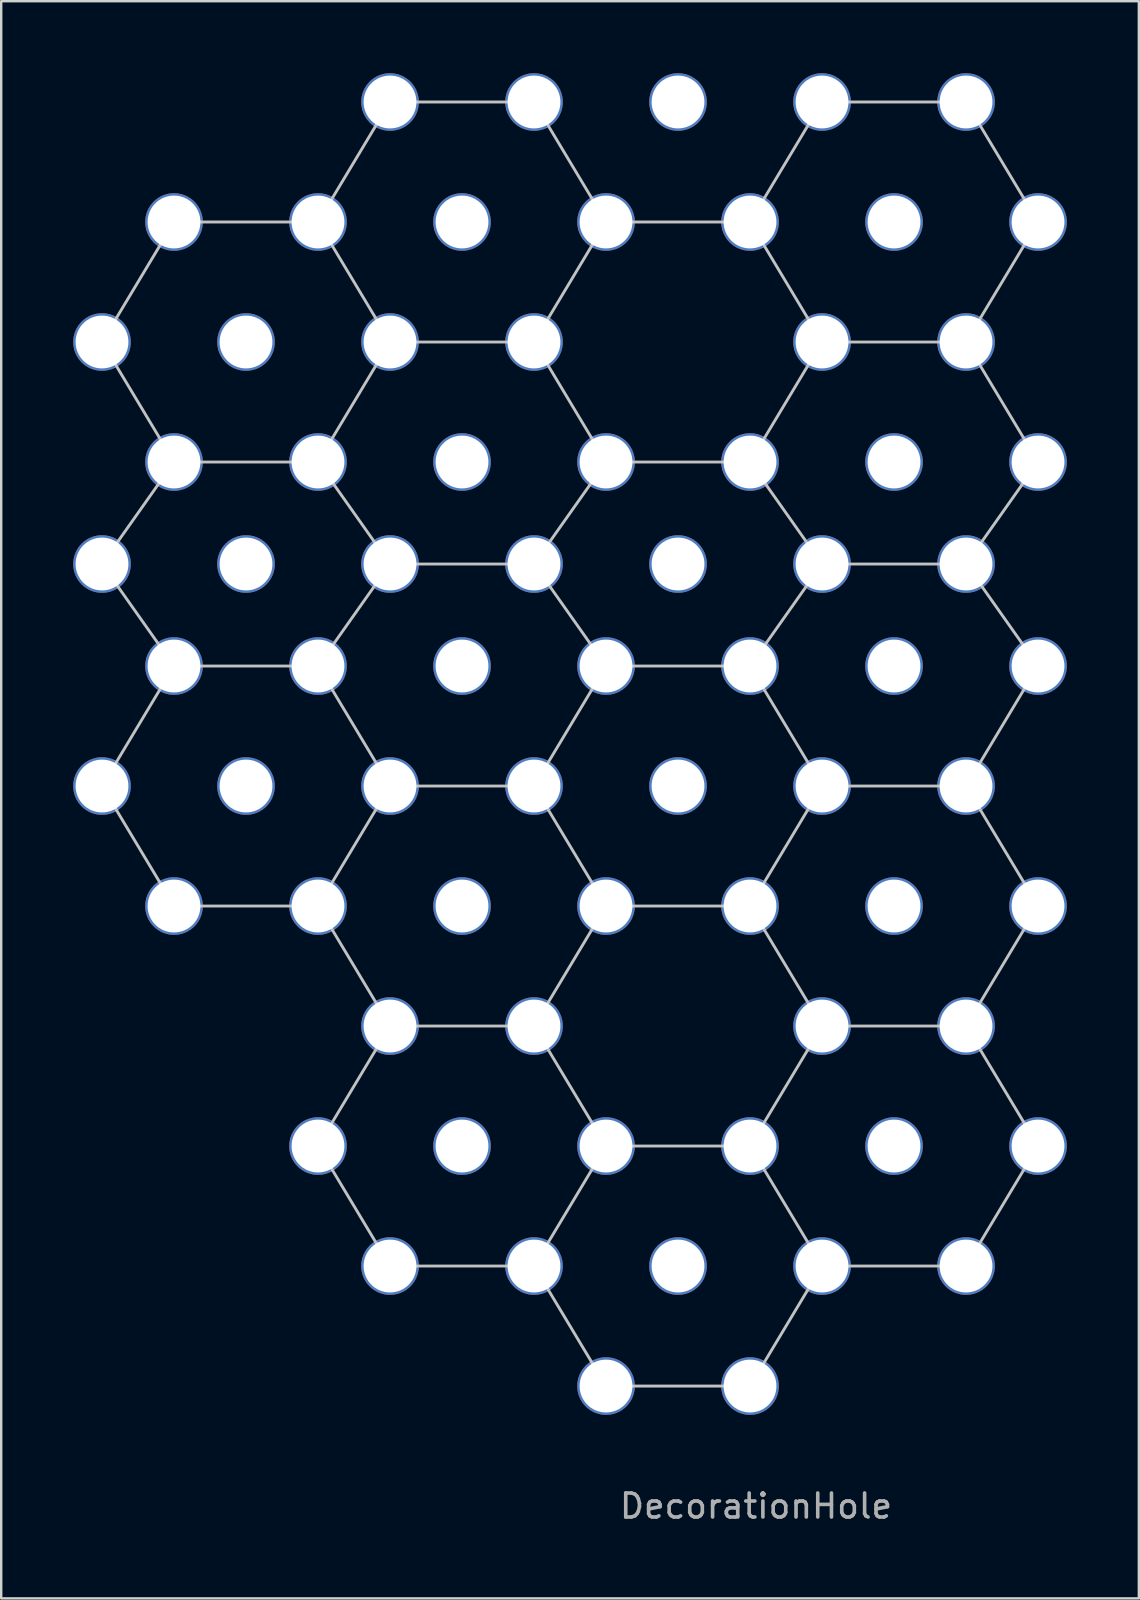
<source format=kicad_pcb>
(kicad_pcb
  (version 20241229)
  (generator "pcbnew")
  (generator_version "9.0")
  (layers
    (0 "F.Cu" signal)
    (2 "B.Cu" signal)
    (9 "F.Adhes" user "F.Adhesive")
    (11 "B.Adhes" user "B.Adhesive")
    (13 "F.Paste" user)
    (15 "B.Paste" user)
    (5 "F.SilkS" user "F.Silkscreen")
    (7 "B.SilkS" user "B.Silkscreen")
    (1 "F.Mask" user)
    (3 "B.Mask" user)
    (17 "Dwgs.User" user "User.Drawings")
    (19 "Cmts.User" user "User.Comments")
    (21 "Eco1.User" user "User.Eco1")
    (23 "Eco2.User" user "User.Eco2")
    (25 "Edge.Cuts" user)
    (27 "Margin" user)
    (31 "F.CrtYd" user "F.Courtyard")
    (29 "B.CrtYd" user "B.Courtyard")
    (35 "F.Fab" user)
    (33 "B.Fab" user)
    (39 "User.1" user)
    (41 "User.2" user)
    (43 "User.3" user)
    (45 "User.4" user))
  (footprint "DecorationHole"
    (layer "F.Cu")
    (at 25.2 24.7)
    (property "Reference" "DecorationHole" (at 3.25 35 0) (layer "F.Fab") (effects (font (size 1 1) (thickness 0.15))))
    (attr through_hole)
    (fp_line (start -24 -13.5) (end -21 -18.5) (stroke (width 0.12) (type solid)) (layer "Dwgs.User"))
    (fp_line (start -24 5) (end -21 0) (stroke (width 0.12) (type solid)) (layer "Dwgs.User"))
    (fp_line (start -21 -18.5) (end -15 -18.5) (stroke (width 0.12) (type solid)) (layer "Dwgs.User"))
    (fp_line (start -21 -8.5) (end -24 -13.5) (stroke (width 0.12) (type solid)) (layer "Dwgs.User"))
    (fp_line (start -21 -8.5) (end -24 -4.25) (stroke (width 0.12) (type solid)) (layer "Dwgs.User"))
    (fp_line (start -21 -8.5) (end -15 -8.5) (stroke (width 0.12) (type solid)) (layer "Dwgs.User"))
    (fp_line (start -21 0) (end -24 -4.25) (stroke (width 0.12) (type solid)) (layer "Dwgs.User"))
    (fp_line (start -21 10) (end -24 5) (stroke (width 0.12) (type solid)) (layer "Dwgs.User"))
    (fp_line (start -15 -18.5) (end -12 -23.5) (stroke (width 0.12) (type solid)) (layer "Dwgs.User"))
    (fp_line (start -15 -8.5) (end -12 -4.25) (stroke (width 0.12) (type solid)) (layer "Dwgs.User"))
    (fp_line (start -15 0) (end -21 0) (stroke (width 0.12) (type solid)) (layer "Dwgs.User"))
    (fp_line (start -15 0) (end -12 -4.25) (stroke (width 0.12) (type solid)) (layer "Dwgs.User"))
    (fp_line (start -15 10) (end -21 10) (stroke (width 0.12) (type solid)) (layer "Dwgs.User"))
    (fp_line (start -15 10) (end -12 5) (stroke (width 0.12) (type solid)) (layer "Dwgs.User"))
    (fp_line (start -15 20) (end -12 15) (stroke (width 0.12) (type solid)) (layer "Dwgs.User"))
    (fp_line (start -12 -23.5) (end -6 -23.5) (stroke (width 0.12) (type solid)) (layer "Dwgs.User"))
    (fp_line (start -12 -13.5) (end -15 -18.5) (stroke (width 0.12) (type solid)) (layer "Dwgs.User"))
    (fp_line (start -12 -13.5) (end -15 -8.5) (stroke (width 0.12) (type solid)) (layer "Dwgs.User"))
    (fp_line (start -12 -4.25) (end -6 -4.25) (stroke (width 0.12) (type solid)) (layer "Dwgs.User"))
    (fp_line (start -12 5) (end -15 0) (stroke (width 0.12) (type solid)) (layer "Dwgs.User"))
    (fp_line (start -12 15) (end -15 10) (stroke (width 0.12) (type solid)) (layer "Dwgs.User"))
    (fp_line (start -12 25) (end -15 20) (stroke (width 0.12) (type solid)) (layer "Dwgs.User"))
    (fp_line (start -6 -13.5) (end -12 -13.5) (stroke (width 0.12) (type solid)) (layer "Dwgs.User"))
    (fp_line (start -6 -13.5) (end -3 -18.5) (stroke (width 0.12) (type solid)) (layer "Dwgs.User"))
    (fp_line (start -6 5) (end -12 5) (stroke (width 0.12) (type solid)) (layer "Dwgs.User"))
    (fp_line (start -6 5) (end -3 0) (stroke (width 0.12) (type solid)) (layer "Dwgs.User"))
    (fp_line (start -6 15) (end -12 15) (stroke (width 0.12) (type solid)) (layer "Dwgs.User"))
    (fp_line (start -6 15) (end -3 10) (stroke (width 0.12) (type solid)) (layer "Dwgs.User"))
    (fp_line (start -6 25) (end -12 25) (stroke (width 0.12) (type solid)) (layer "Dwgs.User"))
    (fp_line (start -6 25) (end -3 20) (stroke (width 0.12) (type solid)) (layer "Dwgs.User"))
    (fp_line (start -3 -18.5) (end -6 -23.5) (stroke (width 0.12) (type solid)) (layer "Dwgs.User"))
    (fp_line (start -3 -18.5) (end 3 -18.5) (stroke (width 0.12) (type solid)) (layer "Dwgs.User"))
    (fp_line (start -3 -8.5) (end -6 -13.5) (stroke (width 0.12) (type solid)) (layer "Dwgs.User"))
    (fp_line (start -3 -8.5) (end -6 -4.25) (stroke (width 0.12) (type solid)) (layer "Dwgs.User"))
    (fp_line (start -3 -8.5) (end 3 -8.5) (stroke (width 0.12) (type solid)) (layer "Dwgs.User"))
    (fp_line (start -3 0) (end -6 -4.25) (stroke (width 0.12) (type solid)) (layer "Dwgs.User"))
    (fp_line (start -3 10) (end -6 5) (stroke (width 0.12) (type solid)) (layer "Dwgs.User"))
    (fp_line (start -3 20) (end -6 15) (stroke (width 0.12) (type solid)) (layer "Dwgs.User"))
    (fp_line (start -3 30) (end -6 25) (stroke (width 0.12) (type solid)) (layer "Dwgs.User"))
    (fp_line (start -3 30) (end 3 30) (stroke (width 0.12) (type solid)) (layer "Dwgs.User"))
    (fp_line (start 3 -18.5) (end 6 -13.5) (stroke (width 0.12) (type solid)) (layer "Dwgs.User"))
    (fp_line (start 3 -8.5) (end 6 -4.25) (stroke (width 0.12) (type solid)) (layer "Dwgs.User"))
    (fp_line (start 3 0) (end -3 0) (stroke (width 0.12) (type solid)) (layer "Dwgs.User"))
    (fp_line (start 3 0) (end 6 -4.25) (stroke (width 0.12) (type solid)) (layer "Dwgs.User"))
    (fp_line (start 3 0) (end 6 5) (stroke (width 0.12) (type solid)) (layer "Dwgs.User"))
    (fp_line (start 3 10) (end -3 10) (stroke (width 0.12) (type solid)) (layer "Dwgs.User"))
    (fp_line (start 3 10) (end 6 15) (stroke (width 0.12) (type solid)) (layer "Dwgs.User"))
    (fp_line (start 3 20) (end -3 20) (stroke (width 0.12) (type solid)) (layer "Dwgs.User"))
    (fp_line (start 3 20) (end 6 25) (stroke (width 0.12) (type solid)) (layer "Dwgs.User"))
    (fp_line (start 6 -23.5) (end 3 -18.5) (stroke (width 0.12) (type solid)) (layer "Dwgs.User"))
    (fp_line (start 6 -23.5) (end 12 -23.5) (stroke (width 0.12) (type solid)) (layer "Dwgs.User"))
    (fp_line (start 6 -13.5) (end 3 -8.5) (stroke (width 0.12) (type solid)) (layer "Dwgs.User"))
    (fp_line (start 6 -13.5) (end 12 -13.5) (stroke (width 0.12) (type solid)) (layer "Dwgs.User"))
    (fp_line (start 6 -4.25) (end 12 -4.25) (stroke (width 0.12) (type solid)) (layer "Dwgs.User"))
    (fp_line (start 6 5) (end 3 10) (stroke (width 0.12) (type solid)) (layer "Dwgs.User"))
    (fp_line (start 6 5) (end 12 5) (stroke (width 0.12) (type solid)) (layer "Dwgs.User"))
    (fp_line (start 6 15) (end 3 20) (stroke (width 0.12) (type solid)) (layer "Dwgs.User"))
    (fp_line (start 6 15) (end 12 15) (stroke (width 0.12) (type solid)) (layer "Dwgs.User"))
    (fp_line (start 6 25) (end 3 30) (stroke (width 0.12) (type solid)) (layer "Dwgs.User"))
    (fp_line (start 6 25) (end 12 25) (stroke (width 0.12) (type solid)) (layer "Dwgs.User"))
    (fp_line (start 12 -23.5) (end 15 -18.5) (stroke (width 0.12) (type solid)) (layer "Dwgs.User"))
    (fp_line (start 12 -13.5) (end 15 -8.5) (stroke (width 0.12) (type solid)) (layer "Dwgs.User"))
    (fp_line (start 12 5) (end 15 10) (stroke (width 0.12) (type solid)) (layer "Dwgs.User"))
    (fp_line (start 12 15) (end 15 20) (stroke (width 0.12) (type solid)) (layer "Dwgs.User"))
    (fp_line (start 15 -18.5) (end 12 -13.5) (stroke (width 0.12) (type solid)) (layer "Dwgs.User"))
    (fp_line (start 15 -8.5) (end 12 -4.25) (stroke (width 0.12) (type solid)) (layer "Dwgs.User"))
    (fp_line (start 15 0) (end 12 -4.25) (stroke (width 0.12) (type solid)) (layer "Dwgs.User"))
    (fp_line (start 15 0) (end 12 5) (stroke (width 0.12) (type solid)) (layer "Dwgs.User"))
    (fp_line (start 15 10) (end 12 15) (stroke (width 0.12) (type solid)) (layer "Dwgs.User"))
    (fp_line (start 15 20) (end 12 25) (stroke (width 0.12) (type solid)) (layer "Dwgs.User"))
    (pad "" np_thru_hole circle (at -24 -13.5 180) (size 2.4 2.4) (drill 2.2) (layers "*.Cu" "*.Mask"))
    (pad "" np_thru_hole circle (at -24 -4.25) (size 2.4 2.4) (drill 2.2) (layers "*.Cu" "*.Mask"))
    (pad "" np_thru_hole circle (at -24 5 180) (size 2.4 2.4) (drill 2.2) (layers "*.Cu" "*.Mask"))
    (pad "" np_thru_hole circle (at -21 -18.5) (size 2.4 2.4) (drill 2.2) (layers "*.Cu" "*.Mask"))
    (pad "" np_thru_hole circle (at -21 -8.5) (size 2.4 2.4) (drill 2.2) (layers "*.Cu" "*.Mask"))
    (pad "" np_thru_hole circle (at -21 0 180) (size 2.4 2.4) (drill 2.2) (layers "*.Cu" "*.Mask"))
    (pad "" np_thru_hole circle (at -21 10 180) (size 2.4 2.4) (drill 2.2) (layers "*.Cu" "*.Mask"))
    (pad "" np_thru_hole circle (at -18 -13.5) (size 2.4 2.4) (drill 2.2) (layers "*.Cu" "*.Mask"))
    (pad "" np_thru_hole circle (at -18 -4.25) (size 2.4 2.4) (drill 2.2) (layers "*.Cu" "*.Mask"))
    (pad "" np_thru_hole circle (at -18 5) (size 2.4 2.4) (drill 2.2) (layers "*.Cu" "*.Mask"))
    (pad "" np_thru_hole circle (at -15 -18.5 180) (size 2.4 2.4) (drill 2.2) (layers "*.Cu" "*.Mask"))
    (pad "" np_thru_hole circle (at -15 -8.5) (size 2.4 2.4) (drill 2.2) (layers "*.Cu" "*.Mask"))
    (pad "" np_thru_hole circle (at -15 0 180) (size 2.4 2.4) (drill 2.2) (layers "*.Cu" "*.Mask"))
    (pad "" np_thru_hole circle (at -15 10 180) (size 2.4 2.4) (drill 2.2) (layers "*.Cu" "*.Mask"))
    (pad "" np_thru_hole circle (at -15 20 180) (size 2.4 2.4) (drill 2.2) (layers "*.Cu" "*.Mask"))
    (pad "" np_thru_hole circle (at -12 -23.5) (size 2.4 2.4) (drill 2.2) (layers "*.Cu" "*.Mask"))
    (pad "" np_thru_hole circle (at -12 -13.5 180) (size 2.4 2.4) (drill 2.2) (layers "*.Cu" "*.Mask"))
    (pad "" np_thru_hole circle (at -12 -4.25 180) (size 2.4 2.4) (drill 2.2) (layers "*.Cu" "*.Mask"))
    (pad "" np_thru_hole circle (at -12 5 180) (size 2.4 2.4) (drill 2.2) (layers "*.Cu" "*.Mask"))
    (pad "" np_thru_hole circle (at -12 15 180) (size 2.4 2.4) (drill 2.2) (layers "*.Cu" "*.Mask"))
    (pad "" np_thru_hole circle (at -12 25 180) (size 2.4 2.4) (drill 2.2) (layers "*.Cu" "*.Mask"))
    (pad "" np_thru_hole circle (at -9 -18.5) (size 2.4 2.4) (drill 2.2) (layers "*.Cu" "*.Mask"))
    (pad "" np_thru_hole circle (at -9 -8.5) (size 2.4 2.4) (drill 2.2) (layers "*.Cu" "*.Mask"))
    (pad "" np_thru_hole circle (at -9 0) (size 2.4 2.4) (drill 2.2) (layers "*.Cu" "*.Mask"))
    (pad "" np_thru_hole circle (at -9 10) (size 2.4 2.4) (drill 2.2) (layers "*.Cu" "*.Mask"))
    (pad "" np_thru_hole circle (at -9 20) (size 2.4 2.4) (drill 2.2) (layers "*.Cu" "*.Mask"))
    (pad "" np_thru_hole circle (at -6 -23.5) (size 2.4 2.4) (drill 2.2) (layers "*.Cu" "*.Mask"))
    (pad "" np_thru_hole circle (at -6 -13.5) (size 2.4 2.4) (drill 2.2) (layers "*.Cu" "*.Mask"))
    (pad "" np_thru_hole circle (at -6 -4.25) (size 2.4 2.4) (drill 2.2) (layers "*.Cu" "*.Mask"))
    (pad "" np_thru_hole circle (at -6 5 180) (size 2.4 2.4) (drill 2.2) (layers "*.Cu" "*.Mask"))
    (pad "" np_thru_hole circle (at -6 15 180) (size 2.4 2.4) (drill 2.2) (layers "*.Cu" "*.Mask"))
    (pad "" np_thru_hole circle (at -6 25) (size 2.4 2.4) (drill 2.2) (layers "*.Cu" "*.Mask"))
    (pad "" np_thru_hole circle (at -3 -18.5) (size 2.4 2.4) (drill 2.2) (layers "*.Cu" "*.Mask"))
    (pad "" np_thru_hole circle (at -3 -8.5) (size 2.4 2.4) (drill 2.2) (layers "*.Cu" "*.Mask"))
    (pad "" np_thru_hole circle (at -3 0 180) (size 2.4 2.4) (drill 2.2) (layers "*.Cu" "*.Mask"))
    (pad "" np_thru_hole circle (at -3 10 180) (size 2.4 2.4) (drill 2.2) (layers "*.Cu" "*.Mask"))
    (pad "" np_thru_hole circle (at -3 20 180) (size 2.4 2.4) (drill 2.2) (layers "*.Cu" "*.Mask"))
    (pad "" np_thru_hole circle (at -3 30) (size 2.4 2.4) (drill 2.2) (layers "*.Cu" "*.Mask"))
    (pad "" np_thru_hole circle (at 0 -23.5) (size 2.4 2.4) (drill 2.2) (layers "*.Cu" "*.Mask"))
    (pad "" np_thru_hole circle (at 0 -4.25) (size 2.4 2.4) (drill 2.2) (layers "*.Cu" "*.Mask"))
    (pad "" np_thru_hole circle (at 0 5) (size 2.4 2.4) (drill 2.2) (layers "*.Cu" "*.Mask"))
    (pad "" np_thru_hole circle (at 0 25) (size 2.4 2.4) (drill 2.2) (layers "*.Cu" "*.Mask"))
    (pad "" np_thru_hole circle (at 3 -18.5) (size 2.4 2.4) (drill 2.2) (layers "*.Cu" "*.Mask"))
    (pad "" np_thru_hole circle (at 3 -8.5) (size 2.4 2.4) (drill 2.2) (layers "*.Cu" "*.Mask"))
    (pad "" np_thru_hole circle (at 3 0 180) (size 2.4 2.4) (drill 2.2) (layers "*.Cu" "*.Mask"))
    (pad "" np_thru_hole circle (at 3 10 180) (size 2.4 2.4) (drill 2.2) (layers "*.Cu" "*.Mask"))
    (pad "" np_thru_hole circle (at 3 20 180) (size 2.4 2.4) (drill 2.2) (layers "*.Cu" "*.Mask"))
    (pad "" np_thru_hole circle (at 3 30) (size 2.4 2.4) (drill 2.2) (layers "*.Cu" "*.Mask"))
    (pad "" np_thru_hole circle (at 6 -23.5) (size 2.4 2.4) (drill 2.2) (layers "*.Cu" "*.Mask"))
    (pad "" np_thru_hole circle (at 6 -13.5) (size 2.4 2.4) (drill 2.2) (layers "*.Cu" "*.Mask"))
    (pad "" np_thru_hole circle (at 6 -4.25 180) (size 2.4 2.4) (drill 2.2) (layers "*.Cu" "*.Mask"))
    (pad "" np_thru_hole circle (at 6 5 180) (size 2.4 2.4) (drill 2.2) (layers "*.Cu" "*.Mask"))
    (pad "" np_thru_hole circle (at 6 15 180) (size 2.4 2.4) (drill 2.2) (layers "*.Cu" "*.Mask"))
    (pad "" np_thru_hole circle (at 6 25) (size 2.4 2.4) (drill 2.2) (layers "*.Cu" "*.Mask"))
    (pad "" np_thru_hole circle (at 9 -18.5) (size 2.4 2.4) (drill 2.2) (layers "*.Cu" "*.Mask"))
    (pad "" np_thru_hole circle (at 9 -8.5) (size 2.4 2.4) (drill 2.2) (layers "*.Cu" "*.Mask"))
    (pad "" np_thru_hole circle (at 9 0) (size 2.4 2.4) (drill 2.2) (layers "*.Cu" "*.Mask"))
    (pad "" np_thru_hole circle (at 9 10) (size 2.4 2.4) (drill 2.2) (layers "*.Cu" "*.Mask"))
    (pad "" np_thru_hole circle (at 9 20) (size 2.4 2.4) (drill 2.2) (layers "*.Cu" "*.Mask"))
    (pad "" np_thru_hole circle (at 12 -23.5) (size 2.4 2.4) (drill 2.2) (layers "*.Cu" "*.Mask"))
    (pad "" np_thru_hole circle (at 12 -13.5) (size 2.4 2.4) (drill 2.2) (layers "*.Cu" "*.Mask"))
    (pad "" np_thru_hole circle (at 12 -4.25) (size 2.4 2.4) (drill 2.2) (layers "*.Cu" "*.Mask"))
    (pad "" np_thru_hole circle (at 12 5) (size 2.4 2.4) (drill 2.2) (layers "*.Cu" "*.Mask"))
    (pad "" np_thru_hole circle (at 12 15) (size 2.4 2.4) (drill 2.2) (layers "*.Cu" "*.Mask"))
    (pad "" np_thru_hole circle (at 12 25) (size 2.4 2.4) (drill 2.2) (layers "*.Cu" "*.Mask"))
    (pad "" np_thru_hole circle (at 15 -18.5) (size 2.4 2.4) (drill 2.2) (layers "*.Cu" "*.Mask"))
    (pad "" np_thru_hole circle (at 15 -8.5) (size 2.4 2.4) (drill 2.2) (layers "*.Cu" "*.Mask"))
    (pad "" np_thru_hole circle (at 15 0) (size 2.4 2.4) (drill 2.2) (layers "*.Cu" "*.Mask"))
    (pad "" np_thru_hole circle (at 15 10) (size 2.4 2.4) (drill 2.2) (layers "*.Cu" "*.Mask"))
    (pad "" np_thru_hole circle (at 15 20) (size 2.4 2.4) (drill 2.2) (layers "*.Cu" "*.Mask")))
  (gr_rect
    (start -3 -3)
    (end 44.4 63.548)
    (stroke (width 0.1) (type default))
    (fill no)
    (layer "Edge.Cuts")))
</source>
